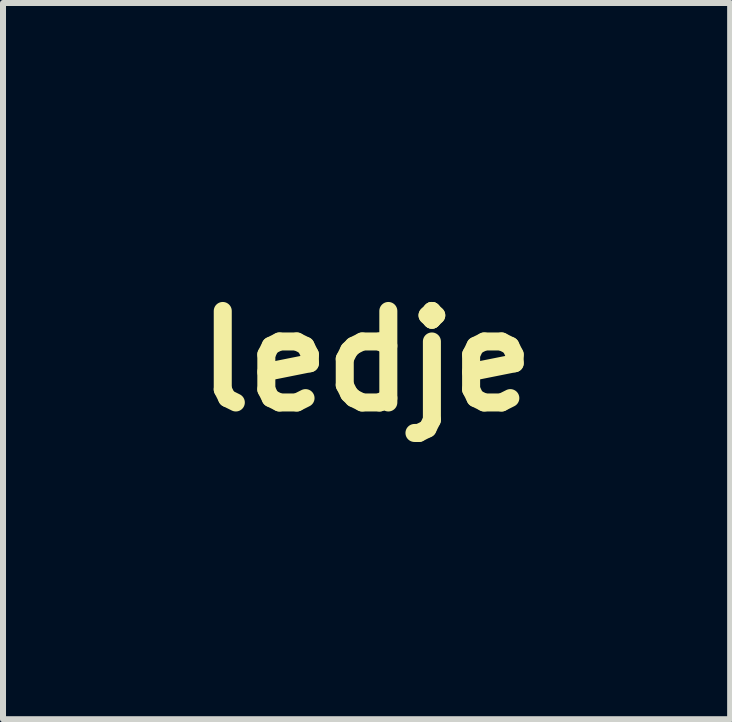
<source format=kicad_pcb>
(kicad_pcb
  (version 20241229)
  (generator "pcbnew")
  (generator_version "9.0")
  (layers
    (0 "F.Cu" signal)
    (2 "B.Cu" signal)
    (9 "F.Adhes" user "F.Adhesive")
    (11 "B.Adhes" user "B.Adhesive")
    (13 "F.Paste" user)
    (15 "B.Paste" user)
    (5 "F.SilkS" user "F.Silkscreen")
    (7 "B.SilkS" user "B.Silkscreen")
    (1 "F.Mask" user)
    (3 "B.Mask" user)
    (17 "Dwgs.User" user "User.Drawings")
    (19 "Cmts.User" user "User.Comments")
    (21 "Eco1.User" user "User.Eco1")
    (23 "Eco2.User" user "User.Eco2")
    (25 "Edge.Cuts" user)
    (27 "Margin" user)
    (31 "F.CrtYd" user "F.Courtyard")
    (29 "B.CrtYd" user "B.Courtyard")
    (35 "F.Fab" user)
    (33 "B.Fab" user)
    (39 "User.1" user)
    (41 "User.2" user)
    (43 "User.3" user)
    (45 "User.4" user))
  (footprint "ledje"
    (layer "F.Cu")
    (at 3.055 2.964)
    (property "Reference" "ledje" (at 0 0 0) (layer "F.SilkS") (effects (font (size 1.524 1.524) (thickness 0.3))))
    (attr through_hole)
    (fp_poly (pts (xy 0.208 0.812) (xy 0.211 0.813) (xy 0.215 0.814) (xy 0.221 0.816) (xy 0.227 0.818) (xy 0.228 0.818) (xy 0.248 0.824) (xy 0.267 0.829) (xy 0.284 0.833) (xy 0.3 0.836) (xy 0.316 0.839) (xy 0.324 0.84) (xy 0.334 0.841) (xy 0.345 0.841) (xy 0.358 0.841) (xy 0.372 0.841) (xy 0.387 0.841) (xy 0.402 0.84) (xy 0.415 0.839) (xy 0.441 0.837) (xy 0.436 0.844) (xy 0.431 0.85) (xy 0.425 0.858) (xy 0.418 0.868) (xy 0.411 0.88) (xy 0.402 0.894) (xy 0.393 0.91) (xy 0.383 0.929) (xy 0.372 0.949) (xy 0.361 0.972) (xy 0.348 0.996) (xy 0.335 1.023) (xy 0.321 1.052) (xy 0.306 1.083) (xy 0.29 1.115) (xy 0.273 1.15) (xy 0.256 1.187) (xy 0.237 1.226) (xy 0.218 1.267) (xy 0.198 1.31) (xy 0.177 1.355) (xy 0.156 1.402) (xy 0.136 1.444) (xy 0.116 1.488) (xy 0.096 1.534) (xy 0.074 1.581) (xy 0.052 1.631) (xy 0.029 1.682) (xy 0.006 1.734) (xy -0.018 1.788) (xy -0.043 1.842) (xy -0.068 1.898) (xy -0.093 1.955) (xy -0.118 2.012) (xy -0.144 2.071) (xy -0.169 2.129) (xy -0.195 2.188) (xy -0.221 2.247) (xy -0.247 2.307) (xy -0.273 2.366) (xy -0.298 2.425) (xy -0.324 2.484) (xy -0.334 2.507) (xy -0.339 2.518) (xy -0.344 2.53) (xy -0.349 2.543) (xy -0.355 2.557) (xy -0.361 2.571) (xy -0.367 2.585) (xy -0.374 2.6) (xy -0.38 2.614) (xy -0.386 2.628) (xy -0.392 2.642) (xy -0.398 2.656) (xy -0.403 2.668) (xy -0.408 2.68) (xy -0.413 2.691) (xy -0.417 2.701) (xy -0.42 2.709) (xy -0.423 2.716) (xy -0.425 2.721) (xy -0.427 2.724) (xy -0.427 2.725) (xy -0.429 2.73) (xy -0.483 2.73) (xy -0.494 2.73) (xy -0.504 2.73) (xy -0.513 2.73) (xy -0.521 2.73) (xy -0.527 2.73) (xy -0.532 2.73) (xy -0.536 2.73) (xy -0.537 2.73) (xy -0.537 2.73) (xy -0.536 2.729) (xy -0.535 2.725) (xy -0.533 2.72) (xy -0.531 2.713) (xy -0.527 2.705) (xy -0.524 2.695) (xy -0.519 2.684) (xy -0.515 2.672) (xy -0.509 2.659) (xy -0.504 2.645) (xy -0.498 2.631) (xy -0.492 2.615) (xy -0.486 2.6) (xy -0.48 2.584) (xy -0.473 2.568) (xy -0.467 2.552) (xy -0.46 2.536) (xy -0.454 2.52) (xy -0.448 2.505) (xy -0.442 2.49) (xy -0.437 2.476) (xy -0.434 2.469) (xy -0.428 2.454) (xy -0.422 2.439) (xy -0.416 2.425) (xy -0.41 2.41) (xy -0.404 2.396) (xy -0.398 2.381) (xy -0.392 2.366) (xy -0.386 2.351) (xy -0.379 2.335) (xy -0.373 2.319) (xy -0.366 2.302) (xy -0.358 2.284) (xy -0.351 2.266) (xy -0.343 2.247) (xy -0.334 2.226) (xy -0.325 2.204) (xy -0.316 2.182) (xy -0.306 2.157) (xy -0.295 2.132) (xy -0.284 2.104) (xy -0.272 2.076) (xy -0.259 2.045) (xy -0.246 2.013) (xy -0.231 1.978) (xy -0.223 1.959) (xy -0.204 1.911) (xy -0.185 1.865) (xy -0.166 1.821) (xy -0.149 1.779) (xy -0.133 1.738) (xy -0.117 1.699) (xy -0.101 1.662) (xy -0.087 1.626) (xy -0.073 1.591) (xy -0.059 1.557) (xy -0.046 1.524) (xy -0.034 1.492) (xy -0.021 1.461) (xy -0.01 1.43) (xy 0.002 1.4) (xy 0.013 1.371) (xy 0.024 1.342) (xy 0.035 1.313) (xy 0.045 1.285) (xy 0.056 1.256) (xy 0.066 1.227) (xy 0.07 1.219) (xy 0.083 1.182) (xy 0.096 1.144) (xy 0.11 1.105) (xy 0.123 1.067) (xy 0.136 1.028) (xy 0.149 0.99) (xy 0.162 0.953) (xy 0.174 0.917) (xy 0.185 0.882) (xy 0.195 0.848) (xy 0.198 0.839) (xy 0.201 0.832) (xy 0.203 0.825) (xy 0.204 0.82) (xy 0.206 0.815) (xy 0.207 0.813) (xy 0.207 0.812) (xy 0.208 0.812)) (stroke (width 0.01) (type solid)) (fill yes) (layer "F.Mask"))
    (fp_poly (pts (xy -0.787 0.313) (xy -0.785 0.315) (xy -0.781 0.318) (xy -0.777 0.322) (xy -0.773 0.326) (xy -0.752 0.349) (xy -0.732 0.369) (xy -0.711 0.388) (xy -0.691 0.405) (xy -0.67 0.422) (xy -0.649 0.438) (xy -0.627 0.453) (xy -0.626 0.454) (xy -0.62 0.458) (xy -0.614 0.462) (xy -0.61 0.465) (xy -0.606 0.467) (xy -0.604 0.468) (xy -0.604 0.469) (xy -0.604 0.469) (xy -0.604 0.47) (xy -0.604 0.471) (xy -0.604 0.472) (xy -0.605 0.475) (xy -0.607 0.478) (xy -0.609 0.482) (xy -0.611 0.488) (xy -0.614 0.494) (xy -0.617 0.502) (xy -0.622 0.511) (xy -0.627 0.522) (xy -0.633 0.534) (xy -0.64 0.548) (xy -0.647 0.564) (xy -0.647 0.565) (xy -0.675 0.622) (xy -0.703 0.68) (xy -0.731 0.739) (xy -0.759 0.799) (xy -0.788 0.859) (xy -0.816 0.92) (xy -0.845 0.982) (xy -0.874 1.043) (xy -0.903 1.105) (xy -0.932 1.168) (xy -0.961 1.23) (xy -0.991 1.293) (xy -1.02 1.356) (xy -1.049 1.419) (xy -1.078 1.481) (xy -1.107 1.544) (xy -1.135 1.606) (xy -1.164 1.668) (xy -1.192 1.73) (xy -1.22 1.792) (xy -1.248 1.852) (xy -1.275 1.913) (xy -1.303 1.972) (xy -1.329 2.031) (xy -1.356 2.09) (xy -1.381 2.147) (xy -1.407 2.204) (xy -1.432 2.259) (xy -1.456 2.314) (xy -1.48 2.367) (xy -1.503 2.42) (xy -1.526 2.471) (xy -1.548 2.52) (xy -1.569 2.569) (xy -1.59 2.616) (xy -1.609 2.661) (xy -1.629 2.705) (xy -1.647 2.747) (xy -1.664 2.788) (xy -1.681 2.826) (xy -1.696 2.863) (xy -1.711 2.898) (xy -1.72 2.921) (xy -1.725 2.932) (xy -1.729 2.941) (xy -1.732 2.949) (xy -1.735 2.954) (xy -1.737 2.958) (xy -1.738 2.96) (xy -1.738 2.96) (xy -1.74 2.96) (xy -1.743 2.96) (xy -1.748 2.959) (xy -1.755 2.958) (xy -1.764 2.958) (xy -1.773 2.957) (xy -1.783 2.956) (xy -1.794 2.955) (xy -1.805 2.954) (xy -1.815 2.952) (xy -1.824 2.952) (xy -1.832 2.951) (xy -1.839 2.95) (xy -1.844 2.949) (xy -1.848 2.949) (xy -1.849 2.949) (xy -1.85 2.948) (xy -1.849 2.947) (xy -1.849 2.945) (xy -1.847 2.941) (xy -1.846 2.936) (xy -1.843 2.93) (xy -1.84 2.922) (xy -1.836 2.913) (xy -1.832 2.901) (xy -1.826 2.888) (xy -1.826 2.887) (xy -1.815 2.861) (xy -1.804 2.834) (xy -1.792 2.806) (xy -1.78 2.777) (xy -1.767 2.747) (xy -1.754 2.715) (xy -1.74 2.682) (xy -1.725 2.647) (xy -1.71 2.611) (xy -1.694 2.573) (xy -1.678 2.534) (xy -1.66 2.493) (xy -1.642 2.45) (xy -1.623 2.405) (xy -1.603 2.358) (xy -1.583 2.31) (xy -1.581 2.305) (xy -1.563 2.263) (xy -1.546 2.224) (xy -1.531 2.186) (xy -1.516 2.151) (xy -1.501 2.117) (xy -1.488 2.085) (xy -1.475 2.054) (xy -1.462 2.025) (xy -1.451 1.998) (xy -1.439 1.971) (xy -1.429 1.946) (xy -1.419 1.922) (xy -1.409 1.899) (xy -1.4 1.878) (xy -1.391 1.857) (xy -1.383 1.837) (xy -1.374 1.817) (xy -1.366 1.798) (xy -1.359 1.78) (xy -1.351 1.763) (xy -1.344 1.745) (xy -1.337 1.729) (xy -1.33 1.712) (xy -1.323 1.695) (xy -1.316 1.679) (xy -1.309 1.663) (xy -1.302 1.646) (xy -1.296 1.63) (xy -1.267 1.562) (xy -1.239 1.495) (xy -1.212 1.43) (xy -1.187 1.367) (xy -1.161 1.307) (xy -1.137 1.248) (xy -1.114 1.19) (xy -1.091 1.135) (xy -1.07 1.081) (xy -1.049 1.029) (xy -1.029 0.978) (xy -1.009 0.929) (xy -0.991 0.881) (xy -0.973 0.835) (xy -0.956 0.79) (xy -0.939 0.747) (xy -0.923 0.705) (xy -0.908 0.664) (xy -0.894 0.625) (xy -0.88 0.587) (xy -0.866 0.549) (xy -0.855 0.518) (xy -0.851 0.506) (xy -0.846 0.492) (xy -0.841 0.477) (xy -0.836 0.461) (xy -0.83 0.445) (xy -0.825 0.429) (xy -0.82 0.413) (xy -0.814 0.397) (xy -0.81 0.382) (xy -0.805 0.369) (xy -0.801 0.357) (xy -0.798 0.347) (xy -0.796 0.339) (xy -0.793 0.331) (xy -0.791 0.325) (xy -0.79 0.319) (xy -0.788 0.315) (xy -0.788 0.313) (xy -0.788 0.313) (xy -0.787 0.313)) (stroke (width 0.01) (type solid)) (fill yes) (layer "F.Mask"))
    (fp_poly (pts (xy 0.981 -2.957) (xy 0.999 -2.956) (xy 1.031 -2.953) (xy 1.064 -2.948) (xy 1.096 -2.943) (xy 1.128 -2.935) (xy 1.161 -2.927) (xy 1.195 -2.916) (xy 1.215 -2.91) (xy 1.236 -2.903) (xy 1.254 -2.896) (xy 1.272 -2.889) (xy 1.289 -2.882) (xy 1.306 -2.874) (xy 1.322 -2.866) (xy 1.333 -2.861) (xy 1.373 -2.84) (xy 1.413 -2.817) (xy 1.45 -2.792) (xy 1.487 -2.767) (xy 1.522 -2.739) (xy 1.556 -2.711) (xy 1.589 -2.681) (xy 1.619 -2.65) (xy 1.648 -2.618) (xy 1.676 -2.585) (xy 1.701 -2.551) (xy 1.725 -2.516) (xy 1.747 -2.48) (xy 1.766 -2.444) (xy 1.784 -2.407) (xy 1.787 -2.399) (xy 1.798 -2.373) (xy 1.807 -2.347) (xy 1.815 -2.321) (xy 1.822 -2.295) (xy 1.829 -2.267) (xy 1.834 -2.238) (xy 1.835 -2.23) (xy 1.841 -2.191) (xy 1.845 -2.154) (xy 1.848 -2.118) (xy 1.85 -2.083) (xy 1.851 -2.049) (xy 1.851 -2.015) (xy 1.849 -1.981) (xy 1.846 -1.946) (xy 1.842 -1.911) (xy 1.837 -1.875) (xy 1.83 -1.838) (xy 1.83 -1.835) (xy 1.823 -1.801) (xy 1.815 -1.766) (xy 1.806 -1.728) (xy 1.795 -1.689) (xy 1.783 -1.648) (xy 1.77 -1.605) (xy 1.756 -1.56) (xy 1.741 -1.513) (xy 1.724 -1.465) (xy 1.706 -1.415) (xy 1.704 -1.408) (xy 1.696 -1.387) (xy 1.688 -1.366) (xy 1.68 -1.344) (xy 1.672 -1.323) (xy 1.664 -1.302) (xy 1.656 -1.28) (xy 1.647 -1.258) (xy 1.639 -1.235) (xy 1.629 -1.212) (xy 1.62 -1.188) (xy 1.61 -1.163) (xy 1.599 -1.137) (xy 1.589 -1.11) (xy 1.577 -1.082) (xy 1.565 -1.052) (xy 1.552 -1.021) (xy 1.538 -0.988) (xy 1.524 -0.953) (xy 1.509 -0.917) (xy 1.496 -0.886) (xy 1.478 -0.843) (xy 1.461 -0.802) (xy 1.445 -0.763) (xy 1.43 -0.726) (xy 1.415 -0.691) (xy 1.401 -0.658) (xy 1.388 -0.626) (xy 1.376 -0.595) (xy 1.364 -0.566) (xy 1.352 -0.539) (xy 1.341 -0.512) (xy 1.331 -0.487) (xy 1.321 -0.463) (xy 1.312 -0.44) (xy 1.303 -0.417) (xy 1.294 -0.396) (xy 1.286 -0.375) (xy 1.278 -0.355) (xy 1.27 -0.336) (xy 1.263 -0.317) (xy 1.258 -0.305) (xy 1.244 -0.269) (xy 1.23 -0.234) (xy 1.218 -0.202) (xy 1.206 -0.171) (xy 1.195 -0.142) (xy 1.186 -0.115) (xy 1.177 -0.09) (xy 1.169 -0.066) (xy 1.161 -0.044) (xy 1.155 -0.024) (xy 1.149 -0.005) (xy 1.144 0.013) (xy 1.14 0.029) (xy 1.137 0.044) (xy 1.134 0.057) (xy 1.132 0.069) (xy 1.131 0.081) (xy 1.13 0.09) (xy 1.13 0.099) (xy 1.131 0.107) (xy 1.131 0.108) (xy 1.133 0.115) (xy 1.134 0.12) (xy 1.136 0.124) (xy 1.139 0.128) (xy 1.142 0.133) (xy 1.147 0.138) (xy 1.151 0.142) (xy 1.157 0.148) (xy 1.162 0.153) (xy 1.165 0.158) (xy 1.168 0.163) (xy 1.17 0.168) (xy 1.172 0.174) (xy 1.172 0.175) (xy 1.174 0.182) (xy 1.174 0.19) (xy 1.175 0.199) (xy 1.174 0.209) (xy 1.174 0.218) (xy 1.173 0.222) (xy 1.171 0.236) (xy 1.168 0.251) (xy 1.163 0.267) (xy 1.158 0.285) (xy 1.151 0.304) (xy 1.144 0.325) (xy 1.135 0.347) (xy 1.125 0.371) (xy 1.114 0.396) (xy 1.102 0.423) (xy 1.088 0.452) (xy 1.081 0.467) (xy 1.074 0.482) (xy 1.068 0.496) (xy 1.062 0.507) (xy 1.057 0.517) (xy 1.053 0.525) (xy 1.049 0.532) (xy 1.046 0.538) (xy 1.043 0.544) (xy 1.041 0.548) (xy 1.038 0.552) (xy 1.036 0.555) (xy 1.034 0.558) (xy 1.032 0.561) (xy 1.031 0.562) (xy 1.025 0.57) (xy 1.017 0.578) (xy 1.008 0.587) (xy 1 0.596) (xy 0.991 0.604) (xy 0.983 0.611) (xy 0.979 0.614) (xy 0.964 0.626) (xy 0.948 0.637) (xy 0.931 0.647) (xy 0.913 0.657) (xy 0.902 0.662) (xy 0.878 0.673) (xy 0.853 0.683) (xy 0.827 0.692) (xy 0.799 0.699) (xy 0.77 0.706) (xy 0.74 0.712) (xy 0.708 0.717) (xy 0.673 0.721) (xy 0.651 0.723) (xy 0.645 0.724) (xy 0.637 0.724) (xy 0.627 0.724) (xy 0.616 0.725) (xy 0.604 0.725) (xy 0.591 0.725) (xy 0.578 0.725) (xy 0.564 0.725) (xy 0.551 0.725) (xy 0.538 0.726) (xy 0.526 0.725) (xy 0.515 0.725) (xy 0.505 0.725) (xy 0.497 0.725) (xy 0.494 0.725) (xy 0.438 0.721) (xy 0.381 0.715) (xy 0.324 0.707) (xy 0.266 0.697) (xy 0.208 0.685) (xy 0.149 0.671) (xy 0.091 0.656) (xy 0.032 0.639) (xy -0.026 0.62) (xy -0.085 0.6) (xy -0.142 0.578) (xy -0.199 0.554) (xy -0.255 0.529) (xy -0.311 0.503) (xy -0.365 0.475) (xy -0.418 0.445) (xy -0.42 0.444) (xy -0.422 0.443) (xy 0.263 0.443) (xy 0.264 0.444) (xy 0.267 0.445) (xy 0.272 0.446) (xy 0.278 0.448) (xy 0.285 0.45) (xy 0.293 0.452) (xy 0.301 0.454) (xy 0.309 0.456) (xy 0.317 0.458) (xy 0.325 0.46) (xy 0.33 0.462) (xy 0.357 0.468) (xy 0.382 0.473) (xy 0.406 0.478) (xy 0.428 0.481) (xy 0.441 0.483) (xy 0.447 0.483) (xy 0.454 0.484) (xy 0.463 0.484) (xy 0.472 0.484) (xy 0.481 0.484) (xy 0.49 0.484) (xy 0.499 0.484) (xy 0.506 0.483) (xy 0.512 0.483) (xy 0.516 0.482) (xy 0.523 0.481) (xy 0.541 0.445) (xy 0.559 0.409) (xy 0.575 0.372) (xy 0.588 0.342) (xy 0.644 0.342) (xy 0.65 0.354) (xy 0.66 0.372) (xy 0.673 0.39) (xy 0.686 0.406) (xy 0.702 0.42) (xy 0.718 0.432) (xy 0.736 0.443) (xy 0.755 0.453) (xy 0.776 0.46) (xy 0.791 0.464) (xy 0.796 0.465) (xy 0.801 0.466) (xy 0.805 0.467) (xy 0.807 0.467) (xy 0.812 0.467) (xy 0.818 0.467) (xy 0.824 0.467) (xy 0.831 0.467) (xy 0.837 0.467) (xy 0.843 0.467) (xy 0.847 0.466) (xy 0.848 0.466) (xy 0.853 0.465) (xy 0.871 0.414) (xy 0.892 0.355) (xy 0.913 0.298) (xy 0.932 0.243) (xy 0.951 0.189) (xy 0.97 0.138) (xy 0.988 0.089) (xy 1.005 0.041) (xy 1.022 -0.005) (xy 1.038 -0.049) (xy 1.054 -0.092) (xy 1.069 -0.133) (xy 1.084 -0.172) (xy 1.098 -0.21) (xy 1.112 -0.247) (xy 1.125 -0.282) (xy 1.138 -0.316) (xy 1.151 -0.349) (xy 1.163 -0.381) (xy 1.176 -0.411) (xy 1.187 -0.441) (xy 1.196 -0.461) (xy 1.2 -0.472) (xy 1.205 -0.485) (xy 1.211 -0.499) (xy 1.217 -0.514) (xy 1.224 -0.53) (xy 1.23 -0.546) (xy 1.237 -0.563) (xy 1.244 -0.58) (xy 1.251 -0.597) (xy 1.258 -0.613) (xy 1.264 -0.628) (xy 1.266 -0.633) (xy 1.269 -0.64) (xy 1.271 -0.644) (xy 1.272 -0.648) (xy 1.273 -0.65) (xy 1.273 -0.651) (xy 1.272 -0.651) (xy 1.272 -0.651) (xy 1.27 -0.652) (xy 1.267 -0.653) (xy 1.262 -0.654) (xy 1.256 -0.656) (xy 1.249 -0.658) (xy 1.249 -0.658) (xy 1.238 -0.661) (xy 1.228 -0.664) (xy 1.217 -0.668) (xy 1.206 -0.672) (xy 1.195 -0.676) (xy 1.182 -0.68) (xy 1.169 -0.686) (xy 1.154 -0.692) (xy 1.138 -0.698) (xy 1.12 -0.706) (xy 1.102 -0.713) (xy 1.092 -0.718) (xy 1.082 -0.722) (xy 1.072 -0.726) (xy 1.063 -0.73) (xy 1.054 -0.733) (xy 1.047 -0.736) (xy 1.042 -0.738) (xy 1.04 -0.739) (xy 1.035 -0.741) (xy 1.028 -0.744) (xy 1.021 -0.746) (xy 1.014 -0.749) (xy 1.007 -0.751) (xy 1.001 -0.753) (xy 0.995 -0.755) (xy 0.99 -0.757) (xy 0.986 -0.758) (xy 0.985 -0.758) (xy 0.985 -0.758) (xy 0.984 -0.757) (xy 0.983 -0.754) (xy 0.981 -0.749) (xy 0.978 -0.743) (xy 0.975 -0.734) (xy 0.971 -0.724) (xy 0.966 -0.713) (xy 0.961 -0.7) (xy 0.956 -0.686) (xy 0.95 -0.671) (xy 0.944 -0.656) (xy 0.937 -0.639) (xy 0.93 -0.621) (xy 0.923 -0.603) (xy 0.915 -0.584) (xy 0.908 -0.565) (xy 0.9 -0.546) (xy 0.892 -0.526) (xy 0.884 -0.507) (xy 0.877 -0.487) (xy 0.869 -0.468) (xy 0.861 -0.448) (xy 0.854 -0.43) (xy 0.847 -0.411) (xy 0.84 -0.394) (xy 0.833 -0.377) (xy 0.827 -0.36) (xy 0.821 -0.345) (xy 0.815 -0.331) (xy 0.81 -0.318) (xy 0.805 -0.306) (xy 0.801 -0.296) (xy 0.798 -0.287) (xy 0.795 -0.28) (xy 0.793 -0.274) (xy 0.791 -0.271) (xy 0.791 -0.269) (xy 0.791 -0.269) (xy 0.792 -0.269) (xy 0.795 -0.268) (xy 0.799 -0.266) (xy 0.805 -0.264) (xy 0.813 -0.262) (xy 0.82 -0.26) (xy 0.822 -0.259) (xy 0.832 -0.256) (xy 0.842 -0.253) (xy 0.852 -0.25) (xy 0.861 -0.247) (xy 0.87 -0.245) (xy 0.879 -0.242) (xy 0.886 -0.24) (xy 0.892 -0.238) (xy 0.897 -0.236) (xy 0.899 -0.235) (xy 0.9 -0.235) (xy 0.9 -0.235) (xy 0.9 -0.234) (xy 0.899 -0.232) (xy 0.898 -0.229) (xy 0.897 -0.226) (xy 0.894 -0.221) (xy 0.891 -0.214) (xy 0.888 -0.206) (xy 0.884 -0.199) (xy 0.879 -0.187) (xy 0.874 -0.175) (xy 0.868 -0.163) (xy 0.863 -0.15) (xy 0.856 -0.136) (xy 0.85 -0.122) (xy 0.843 -0.106) (xy 0.836 -0.089) (xy 0.828 -0.071) (xy 0.819 -0.052) (xy 0.81 -0.031) (xy 0.801 -0.008) (xy 0.79 0.016) (xy 0.779 0.042) (xy 0.772 0.058) (xy 0.759 0.088) (xy 0.747 0.116) (xy 0.735 0.142) (xy 0.724 0.167) (xy 0.714 0.191) (xy 0.704 0.213) (xy 0.694 0.234) (xy 0.685 0.255) (xy 0.676 0.275) (xy 0.667 0.294) (xy 0.658 0.314) (xy 0.654 0.321) (xy 0.644 0.342) (xy 0.588 0.342) (xy 0.59 0.337) (xy 0.603 0.302) (xy 0.615 0.268) (xy 0.625 0.235) (xy 0.634 0.203) (xy 0.641 0.173) (xy 0.646 0.143) (xy 0.649 0.12) (xy 0.651 0.109) (xy 0.653 0.098) (xy 0.655 0.086) (xy 0.657 0.075) (xy 0.66 0.063) (xy 0.663 0.05) (xy 0.667 0.037) (xy 0.672 0.023) (xy 0.677 0.008) (xy 0.683 -0.009) (xy 0.689 -0.026) (xy 0.697 -0.045) (xy 0.705 -0.065) (xy 0.714 -0.087) (xy 0.724 -0.111) (xy 0.73 -0.127) (xy 0.737 -0.143) (xy 0.743 -0.158) (xy 0.749 -0.172) (xy 0.755 -0.186) (xy 0.76 -0.199) (xy 0.765 -0.21) (xy 0.769 -0.221) (xy 0.772 -0.23) (xy 0.775 -0.237) (xy 0.777 -0.243) (xy 0.779 -0.247) (xy 0.779 -0.249) (xy 0.779 -0.25) (xy 0.778 -0.25) (xy 0.775 -0.251) (xy 0.77 -0.252) (xy 0.764 -0.254) (xy 0.758 -0.256) (xy 0.755 -0.257) (xy 0.748 -0.259) (xy 0.742 -0.261) (xy 0.737 -0.262) (xy 0.733 -0.264) (xy 0.731 -0.264) (xy 0.731 -0.264) (xy 0.731 -0.266) (xy 0.732 -0.268) (xy 0.734 -0.273) (xy 0.736 -0.278) (xy 0.738 -0.283) (xy 0.739 -0.287) (xy 0.742 -0.294) (xy 0.745 -0.302) (xy 0.749 -0.311) (xy 0.754 -0.322) (xy 0.759 -0.334) (xy 0.764 -0.348) (xy 0.77 -0.363) (xy 0.777 -0.379) (xy 0.784 -0.395) (xy 0.791 -0.413) (xy 0.798 -0.431) (xy 0.806 -0.45) (xy 0.814 -0.469) (xy 0.822 -0.488) (xy 0.83 -0.508) (xy 0.838 -0.528) (xy 0.846 -0.548) (xy 0.855 -0.568) (xy 0.863 -0.588) (xy 0.871 -0.607) (xy 0.878 -0.626) (xy 0.886 -0.645) (xy 0.893 -0.662) (xy 0.9 -0.68) (xy 0.907 -0.696) (xy 0.913 -0.711) (xy 0.919 -0.725) (xy 0.925 -0.738) (xy 0.929 -0.75) (xy 0.934 -0.761) (xy 0.937 -0.769) (xy 0.94 -0.777) (xy 0.943 -0.782) (xy 0.944 -0.786) (xy 0.945 -0.788) (xy 0.945 -0.788) (xy 0.946 -0.787) (xy 0.949 -0.787) (xy 0.953 -0.785) (xy 0.958 -0.783) (xy 0.961 -0.782) (xy 0.967 -0.78) (xy 0.973 -0.779) (xy 0.977 -0.778) (xy 0.98 -0.777) (xy 0.98 -0.777) (xy 0.981 -0.777) (xy 0.982 -0.778) (xy 0.983 -0.78) (xy 0.985 -0.783) (xy 0.987 -0.787) (xy 0.989 -0.793) (xy 0.992 -0.801) (xy 0.994 -0.806) (xy 1.004 -0.829) (xy 1.013 -0.853) (xy 1.023 -0.877) (xy 1.033 -0.901) (xy 1.043 -0.926) (xy 1.054 -0.952) (xy 1.065 -0.978) (xy 1.076 -1.005) (xy 1.088 -1.034) (xy 1.1 -1.063) (xy 1.113 -1.093) (xy 1.126 -1.125) (xy 1.14 -1.159) (xy 1.155 -1.193) (xy 1.17 -1.23) (xy 1.187 -1.268) (xy 1.204 -1.308) (xy 1.221 -1.35) (xy 1.225 -1.359) (xy 1.24 -1.393) (xy 1.254 -1.426) (xy 1.267 -1.456) (xy 1.279 -1.485) (xy 1.29 -1.512) (xy 1.301 -1.537) (xy 1.311 -1.561) (xy 1.32 -1.583) (xy 1.329 -1.605) (xy 1.338 -1.625) (xy 1.346 -1.643) (xy 1.353 -1.661) (xy 1.36 -1.678) (xy 1.367 -1.694) (xy 1.373 -1.71) (xy 1.379 -1.725) (xy 1.385 -1.739) (xy 1.39 -1.753) (xy 1.396 -1.767) (xy 1.401 -1.78) (xy 1.406 -1.793) (xy 1.412 -1.806) (xy 1.415 -1.815) (xy 1.421 -1.83) (xy 1.426 -1.844) (xy 1.43 -1.856) (xy 1.433 -1.867) (xy 1.437 -1.878) (xy 1.439 -1.888) (xy 1.442 -1.899) (xy 1.444 -1.911) (xy 1.445 -1.913) (xy 1.449 -1.935) (xy 1.452 -1.957) (xy 1.453 -1.979) (xy 1.454 -2.001) (xy 1.454 -2.021) (xy 1.452 -2.051) (xy 1.45 -2.078) (xy 1.446 -2.106) (xy 1.44 -2.133) (xy 1.433 -2.161) (xy 1.424 -2.189) (xy 1.424 -2.191) (xy 1.413 -2.222) (xy 1.4 -2.251) (xy 1.386 -2.279) (xy 1.371 -2.307) (xy 1.355 -2.333) (xy 1.338 -2.358) (xy 1.319 -2.381) (xy 1.3 -2.403) (xy 1.28 -2.423) (xy 1.26 -2.442) (xy 1.238 -2.458) (xy 1.217 -2.472) (xy 1.215 -2.474) (xy 1.2 -2.482) (xy 1.184 -2.49) (xy 1.168 -2.497) (xy 1.153 -2.502) (xy 1.138 -2.507) (xy 1.13 -2.509) (xy 1.114 -2.512) (xy 1.099 -2.513) (xy 1.086 -2.513) (xy 1.073 -2.511) (xy 1.062 -2.508) (xy 1.052 -2.503) (xy 1.043 -2.496) (xy 1.036 -2.488) (xy 1.034 -2.485) (xy 1.03 -2.476) (xy 1.028 -2.466) (xy 1.027 -2.456) (xy 1.029 -2.446) (xy 1.032 -2.436) (xy 1.038 -2.426) (xy 1.044 -2.416) (xy 1.053 -2.408) (xy 1.058 -2.404) (xy 1.061 -2.401) (xy 1.065 -2.399) (xy 1.069 -2.396) (xy 1.074 -2.393) (xy 1.08 -2.389) (xy 1.087 -2.385) (xy 1.096 -2.38) (xy 1.105 -2.375) (xy 1.117 -2.368) (xy 1.128 -2.362) (xy 1.137 -2.357) (xy 1.145 -2.351) (xy 1.152 -2.346) (xy 1.158 -2.341) (xy 1.163 -2.337) (xy 1.174 -2.326) (xy 1.184 -2.313) (xy 1.195 -2.299) (xy 1.206 -2.283) (xy 1.217 -2.265) (xy 1.228 -2.244) (xy 1.239 -2.222) (xy 1.244 -2.211) (xy 1.252 -2.194) (xy 1.259 -2.178) (xy 1.265 -2.163) (xy 1.27 -2.149) (xy 1.274 -2.137) (xy 1.278 -2.124) (xy 1.28 -2.112) (xy 1.282 -2.1) (xy 1.284 -2.087) (xy 1.285 -2.074) (xy 1.285 -2.063) (xy 1.285 -2.046) (xy 1.284 -2.03) (xy 1.283 -2.013) (xy 1.281 -1.994) (xy 1.278 -1.976) (xy 1.274 -1.956) (xy 1.27 -1.935) (xy 1.265 -1.913) (xy 1.258 -1.89) (xy 1.251 -1.866) (xy 1.243 -1.841) (xy 1.234 -1.814) (xy 1.224 -1.785) (xy 1.214 -1.756) (xy 1.202 -1.724) (xy 1.189 -1.691) (xy 1.175 -1.656) (xy 1.16 -1.619) (xy 1.151 -1.597) (xy 1.145 -1.583) (xy 1.139 -1.569) (xy 1.132 -1.554) (xy 1.126 -1.539) (xy 1.12 -1.524) (xy 1.113 -1.508) (xy 1.106 -1.492) (xy 1.098 -1.475) (xy 1.091 -1.457) (xy 1.082 -1.439) (xy 1.074 -1.42) (xy 1.065 -1.399) (xy 1.056 -1.378) (xy 1.046 -1.356) (xy 1.035 -1.332) (xy 1.024 -1.308) (xy 1.012 -1.282) (xy 1 -1.254) (xy 0.987 -1.225) (xy 0.973 -1.195) (xy 0.959 -1.163) (xy 0.944 -1.129) (xy 0.928 -1.094) (xy 0.911 -1.056) (xy 0.893 -1.017) (xy 0.877 -0.982) (xy 0.869 -0.965) (xy 0.862 -0.948) (xy 0.855 -0.932) (xy 0.848 -0.917) (xy 0.841 -0.903) (xy 0.835 -0.89) (xy 0.83 -0.877) (xy 0.825 -0.867) (xy 0.821 -0.857) (xy 0.817 -0.849) (xy 0.814 -0.843) (xy 0.812 -0.838) (xy 0.811 -0.836) (xy 0.811 -0.835) (xy 0.812 -0.834) (xy 0.814 -0.833) (xy 0.818 -0.831) (xy 0.819 -0.831) (xy 0.827 -0.828) (xy 0.833 -0.825) (xy 0.837 -0.823) (xy 0.839 -0.822) (xy 0.84 -0.82) (xy 0.84 -0.82) (xy 0.84 -0.819) (xy 0.838 -0.816) (xy 0.836 -0.811) (xy 0.833 -0.804) (xy 0.83 -0.795) (xy 0.826 -0.785) (xy 0.821 -0.774) (xy 0.815 -0.761) (xy 0.81 -0.747) (xy 0.803 -0.732) (xy 0.797 -0.716) (xy 0.789 -0.699) (xy 0.782 -0.681) (xy 0.774 -0.663) (xy 0.766 -0.644) (xy 0.758 -0.624) (xy 0.75 -0.604) (xy 0.741 -0.584) (xy 0.733 -0.564) (xy 0.724 -0.543) (xy 0.716 -0.523) (xy 0.707 -0.503) (xy 0.699 -0.483) (xy 0.691 -0.464) (xy 0.683 -0.445) (xy 0.675 -0.427) (xy 0.668 -0.409) (xy 0.661 -0.392) (xy 0.654 -0.376) (xy 0.648 -0.361) (xy 0.642 -0.348) (xy 0.637 -0.335) (xy 0.632 -0.324) (xy 0.628 -0.315) (xy 0.625 -0.307) (xy 0.622 -0.3) (xy 0.62 -0.296) (xy 0.619 -0.293) (xy 0.619 -0.292) (xy 0.618 -0.293) (xy 0.615 -0.293) (xy 0.61 -0.295) (xy 0.605 -0.297) (xy 0.598 -0.299) (xy 0.598 -0.299) (xy 0.591 -0.301) (xy 0.586 -0.303) (xy 0.581 -0.304) (xy 0.578 -0.305) (xy 0.576 -0.306) (xy 0.576 -0.306) (xy 0.576 -0.305) (xy 0.574 -0.302) (xy 0.572 -0.298) (xy 0.57 -0.292) (xy 0.567 -0.285) (xy 0.563 -0.277) (xy 0.562 -0.274) (xy 0.557 -0.263) (xy 0.553 -0.253) (xy 0.549 -0.243) (xy 0.544 -0.232) (xy 0.54 -0.222) (xy 0.536 -0.211) (xy 0.531 -0.2) (xy 0.526 -0.188) (xy 0.521 -0.175) (xy 0.516 -0.161) (xy 0.51 -0.146) (xy 0.503 -0.129) (xy 0.496 -0.111) (xy 0.488 -0.091) (xy 0.48 -0.07) (xy 0.476 -0.059) (xy 0.462 -0.024) (xy 0.448 0.01) (xy 0.435 0.042) (xy 0.423 0.073) (xy 0.412 0.102) (xy 0.4 0.13) (xy 0.389 0.156) (xy 0.379 0.182) (xy 0.368 0.207) (xy 0.358 0.231) (xy 0.347 0.255) (xy 0.337 0.279) (xy 0.327 0.302) (xy 0.316 0.326) (xy 0.305 0.35) (xy 0.294 0.374) (xy 0.283 0.399) (xy 0.279 0.406) (xy 0.276 0.415) (xy 0.272 0.423) (xy 0.269 0.429) (xy 0.266 0.435) (xy 0.264 0.44) (xy 0.263 0.442) (xy 0.263 0.443) (xy -0.422 0.443) (xy -0.465 0.417) (xy -0.509 0.39) (xy -0.551 0.362) (xy -0.591 0.333) (xy -0.63 0.303) (xy -0.666 0.273) (xy -0.701 0.242) (xy -0.734 0.211) (xy -0.764 0.179) (xy -0.793 0.147) (xy -0.82 0.115) (xy -0.831 0.101) (xy -0.854 0.068) (xy -0.875 0.036) (xy -0.893 0.003) (xy -0.91 -0.029) (xy -0.924 -0.062) (xy -0.936 -0.094) (xy -0.946 -0.127) (xy -0.948 -0.137) (xy -0.95 -0.145) (xy -0.952 -0.151) (xy -0.953 -0.157) (xy -0.954 -0.161) (xy -0.954 -0.165) (xy -0.954 -0.169) (xy -0.953 -0.173) (xy -0.951 -0.178) (xy -0.949 -0.184) (xy -0.946 -0.191) (xy -0.943 -0.2) (xy -0.942 -0.202) (xy -0.928 -0.239) (xy -0.914 -0.274) (xy -0.901 -0.306) (xy -0.889 -0.337) (xy -0.886 -0.345) (xy -0.643 -0.345) (xy -0.625 -0.327) (xy -0.608 -0.31) (xy -0.591 -0.296) (xy -0.575 -0.283) (xy -0.56 -0.272) (xy -0.544 -0.263) (xy -0.528 -0.254) (xy -0.528 -0.254) (xy -0.511 -0.247) (xy -0.494 -0.241) (xy -0.477 -0.237) (xy -0.46 -0.234) (xy -0.443 -0.233) (xy -0.431 -0.234) (xy -0.424 -0.235) (xy -0.42 -0.241) (xy -0.412 -0.255) (xy -0.404 -0.269) (xy -0.397 -0.283) (xy -0.389 -0.298) (xy -0.382 -0.313) (xy -0.374 -0.329) (xy -0.367 -0.345) (xy -0.359 -0.363) (xy -0.35 -0.382) (xy -0.342 -0.403) (xy -0.332 -0.425) (xy -0.322 -0.449) (xy -0.319 -0.457) (xy -0.311 -0.477) (xy -0.304 -0.496) (xy -0.297 -0.512) (xy -0.29 -0.527) (xy -0.284 -0.54) (xy -0.279 -0.552) (xy -0.274 -0.562) (xy -0.269 -0.572) (xy -0.264 -0.58) (xy -0.26 -0.588) (xy -0.255 -0.595) (xy -0.251 -0.602) (xy -0.247 -0.606) (xy -0.243 -0.612) (xy -0.237 -0.618) (xy -0.231 -0.624) (xy -0.225 -0.63) (xy -0.219 -0.634) (xy -0.216 -0.636) (xy -0.205 -0.642) (xy -0.193 -0.645) (xy -0.18 -0.646) (xy -0.167 -0.645) (xy -0.154 -0.642) (xy -0.149 -0.641) (xy -0.141 -0.638) (xy -0.133 -0.634) (xy -0.124 -0.63) (xy -0.115 -0.625) (xy -0.112 -0.623) (xy -0.107 -0.621) (xy -0.1 -0.618) (xy -0.091 -0.616) (xy -0.081 -0.613) (xy -0.069 -0.611) (xy -0.066 -0.61) (xy -0.056 -0.609) (xy -0.046 -0.608) (xy -0.036 -0.608) (xy -0.027 -0.608) (xy -0.019 -0.609) (xy -0.014 -0.61) (xy -0.002 -0.614) (xy 0.007 -0.619) (xy 0.015 -0.626) (xy 0.022 -0.635) (xy 0.027 -0.645) (xy 0.029 -0.652) (xy 0.03 -0.658) (xy 0.031 -0.666) (xy 0.032 -0.674) (xy 0.032 -0.682) (xy 0.032 -0.688) (xy 0.032 -0.69) (xy 0.032 -0.692) (xy 0.031 -0.696) (xy 0.029 -0.702) (xy 0.027 -0.711) (xy 0.023 -0.721) (xy 0.02 -0.734) (xy 0.015 -0.749) (xy 0.01 -0.766) (xy 0.005 -0.785) (xy -0.002 -0.806) (xy -0.009 -0.83) (xy -0.016 -0.855) (xy -0.024 -0.883) (xy -0.033 -0.913) (xy -0.043 -0.944) (xy -0.05 -0.968) (xy -0.057 -0.992) (xy -0.064 -1.015) (xy -0.071 -1.038) (xy -0.078 -1.06) (xy -0.084 -1.082) (xy -0.09 -1.102) (xy -0.096 -1.121) (xy -0.102 -1.14) (xy -0.107 -1.157) (xy -0.111 -1.172) (xy -0.116 -1.187) (xy -0.119 -1.2) (xy -0.123 -1.211) (xy -0.126 -1.22) (xy -0.128 -1.228) (xy -0.128 -1.229) (xy 0.091 -1.229) (xy 0.091 -1.228) (xy 0.092 -1.225) (xy 0.094 -1.219) (xy 0.096 -1.212) (xy 0.098 -1.204) (xy 0.101 -1.193) (xy 0.105 -1.181) (xy 0.109 -1.167) (xy 0.113 -1.152) (xy 0.118 -1.135) (xy 0.123 -1.118) (xy 0.128 -1.099) (xy 0.134 -1.079) (xy 0.14 -1.058) (xy 0.146 -1.037) (xy 0.153 -1.014) (xy 0.159 -0.991) (xy 0.166 -0.967) (xy 0.173 -0.943) (xy 0.18 -0.919) (xy 0.187 -0.894) (xy 0.195 -0.869) (xy 0.202 -0.844) (xy 0.209 -0.819) (xy 0.216 -0.794) (xy 0.223 -0.769) (xy 0.231 -0.744) (xy 0.238 -0.72) (xy 0.244 -0.696) (xy 0.251 -0.673) (xy 0.258 -0.65) (xy 0.264 -0.629) (xy 0.27 -0.608) (xy 0.276 -0.588) (xy 0.281 -0.569) (xy 0.286 -0.551) (xy 0.291 -0.534) (xy 0.296 -0.519) (xy 0.3 -0.505) (xy 0.303 -0.493) (xy 0.307 -0.482) (xy 0.309 -0.473) (xy 0.311 -0.465) (xy 0.313 -0.46) (xy 0.314 -0.456) (xy 0.314 -0.455) (xy 0.314 -0.455) (xy 0.315 -0.454) (xy 0.315 -0.454) (xy 0.316 -0.453) (xy 0.318 -0.452) (xy 0.321 -0.45) (xy 0.325 -0.448) (xy 0.33 -0.445) (xy 0.336 -0.441) (xy 0.345 -0.437) (xy 0.349 -0.434) (xy 0.372 -0.422) (xy 0.395 -0.41) (xy 0.419 -0.398) (xy 0.442 -0.386) (xy 0.466 -0.376) (xy 0.488 -0.366) (xy 0.509 -0.357) (xy 0.524 -0.351) (xy 0.532 -0.348) (xy 0.54 -0.345) (xy 0.548 -0.342) (xy 0.555 -0.34) (xy 0.562 -0.337) (xy 0.567 -0.336) (xy 0.571 -0.335) (xy 0.572 -0.334) (xy 0.572 -0.334) (xy 0.573 -0.334) (xy 0.574 -0.336) (xy 0.576 -0.338) (xy 0.578 -0.341) (xy 0.58 -0.346) (xy 0.583 -0.353) (xy 0.585 -0.356) (xy 0.592 -0.372) (xy 0.599 -0.389) (xy 0.608 -0.408) (xy 0.617 -0.428) (xy 0.627 -0.45) (xy 0.638 -0.474) (xy 0.649 -0.498) (xy 0.661 -0.524) (xy 0.673 -0.55) (xy 0.685 -0.578) (xy 0.698 -0.606) (xy 0.705 -0.621) (xy 0.716 -0.645) (xy 0.726 -0.666) (xy 0.735 -0.685) (xy 0.743 -0.703) (xy 0.75 -0.719) (xy 0.757 -0.734) (xy 0.762 -0.746) (xy 0.768 -0.758) (xy 0.772 -0.768) (xy 0.776 -0.777) (xy 0.78 -0.784) (xy 0.783 -0.791) (xy 0.785 -0.796) (xy 0.787 -0.801) (xy 0.789 -0.804) (xy 0.79 -0.807) (xy 0.791 -0.81) (xy 0.792 -0.811) (xy 0.792 -0.812) (xy 0.792 -0.813) (xy 0.793 -0.814) (xy 0.793 -0.814) (xy 0.792 -0.814) (xy 0.789 -0.816) (xy 0.784 -0.818) (xy 0.778 -0.822) (xy 0.771 -0.825) (xy 0.763 -0.829) (xy 0.754 -0.834) (xy 0.744 -0.839) (xy 0.743 -0.839) (xy 0.721 -0.851) (xy 0.699 -0.862) (xy 0.677 -0.873) (xy 0.655 -0.885) (xy 0.633 -0.897) (xy 0.61 -0.909) (xy 0.588 -0.921) (xy 0.565 -0.934) (xy 0.541 -0.948) (xy 0.517 -0.962) (xy 0.492 -0.976) (xy 0.467 -0.992) (xy 0.44 -1.008) (xy 0.413 -1.024) (xy 0.385 -1.042) (xy 0.355 -1.06) (xy 0.325 -1.08) (xy 0.292 -1.1) (xy 0.259 -1.121) (xy 0.224 -1.144) (xy 0.187 -1.167) (xy 0.149 -1.192) (xy 0.128 -1.206) (xy 0.12 -1.211) (xy 0.112 -1.216) (xy 0.106 -1.22) (xy 0.1 -1.224) (xy 0.095 -1.227) (xy 0.092 -1.228) (xy 0.091 -1.229) (xy 0.091 -1.229) (xy -0.128 -1.229) (xy -0.13 -1.234) (xy -0.131 -1.238) (xy -0.131 -1.24) (xy -0.131 -1.24) (xy -0.131 -1.242) (xy -0.129 -1.245) (xy -0.127 -1.25) (xy -0.124 -1.256) (xy -0.12 -1.264) (xy -0.116 -1.273) (xy -0.111 -1.282) (xy -0.106 -1.293) (xy -0.1 -1.304) (xy -0.098 -1.309) (xy -0.092 -1.321) (xy -0.087 -1.332) (xy -0.082 -1.342) (xy -0.077 -1.351) (xy -0.073 -1.359) (xy -0.07 -1.365) (xy -0.067 -1.371) (xy -0.066 -1.374) (xy -0.065 -1.376) (xy -0.065 -1.377) (xy -0.066 -1.377) (xy -0.069 -1.378) (xy -0.073 -1.38) (xy -0.079 -1.383) (xy -0.086 -1.385) (xy -0.094 -1.389) (xy -0.103 -1.392) (xy -0.112 -1.396) (xy -0.121 -1.4) (xy -0.129 -1.403) (xy -0.138 -1.407) (xy -0.146 -1.41) (xy -0.151 -1.412) (xy -0.157 -1.414) (xy -0.162 -1.416) (xy -0.166 -1.417) (xy -0.167 -1.417) (xy -0.168 -1.417) (xy -0.168 -1.416) (xy -0.17 -1.413) (xy -0.172 -1.408) (xy -0.175 -1.401) (xy -0.179 -1.393) (xy -0.183 -1.382) (xy -0.189 -1.37) (xy -0.195 -1.357) (xy -0.201 -1.342) (xy -0.208 -1.326) (xy -0.216 -1.308) (xy -0.225 -1.289) (xy -0.234 -1.269) (xy -0.243 -1.248) (xy -0.253 -1.225) (xy -0.263 -1.202) (xy -0.274 -1.178) (xy -0.285 -1.153) (xy -0.296 -1.128) (xy -0.308 -1.102) (xy -0.32 -1.075) (xy -0.332 -1.047) (xy -0.344 -1.02) (xy -0.357 -0.991) (xy -0.369 -0.963) (xy -0.382 -0.934) (xy -0.395 -0.906) (xy -0.408 -0.877) (xy -0.42 -0.848) (xy -0.433 -0.819) (xy -0.446 -0.791) (xy -0.458 -0.763) (xy -0.471 -0.735) (xy -0.483 -0.707) (xy -0.495 -0.68) (xy -0.507 -0.653) (xy -0.518 -0.627) (xy -0.53 -0.602) (xy -0.541 -0.577) (xy -0.551 -0.554) (xy -0.561 -0.531) (xy -0.571 -0.509) (xy -0.58 -0.488) (xy -0.589 -0.469) (xy -0.597 -0.45) (xy -0.604 -0.433) (xy -0.611 -0.417) (xy -0.618 -0.403) (xy -0.623 -0.39) (xy -0.628 -0.379) (xy -0.633 -0.369) (xy -0.636 -0.362) (xy -0.639 -0.355) (xy -0.641 -0.351) (xy -0.642 -0.349) (xy -0.642 -0.349) (xy -0.643 -0.345) (xy -0.886 -0.345) (xy -0.877 -0.366) (xy -0.866 -0.393) (xy -0.855 -0.418) (xy -0.845 -0.442) (xy -0.835 -0.463) (xy -0.825 -0.483) (xy -0.816 -0.502) (xy -0.808 -0.519) (xy -0.799 -0.534) (xy -0.792 -0.548) (xy -0.784 -0.56) (xy -0.776 -0.571) (xy -0.769 -0.581) (xy -0.762 -0.59) (xy -0.756 -0.597) (xy -0.749 -0.604) (xy -0.744 -0.608) (xy -0.739 -0.611) (xy -0.734 -0.614) (xy -0.729 -0.617) (xy -0.728 -0.617) (xy -0.72 -0.621) (xy -0.7 -0.622) (xy -0.693 -0.622) (xy -0.687 -0.622) (xy -0.683 -0.623) (xy -0.68 -0.623) (xy -0.678 -0.624) (xy -0.675 -0.625) (xy -0.675 -0.625) (xy -0.67 -0.627) (xy -0.666 -0.631) (xy -0.661 -0.634) (xy -0.656 -0.639) (xy -0.652 -0.644) (xy -0.647 -0.651) (xy -0.641 -0.658) (xy -0.636 -0.666) (xy -0.63 -0.675) (xy -0.624 -0.685) (xy -0.618 -0.697) (xy -0.611 -0.709) (xy -0.604 -0.723) (xy -0.597 -0.738) (xy -0.589 -0.755) (xy -0.581 -0.773) (xy -0.572 -0.792) (xy -0.563 -0.813) (xy -0.553 -0.835) (xy -0.543 -0.86) (xy -0.532 -0.885) (xy -0.52 -0.913) (xy -0.508 -0.942) (xy -0.496 -0.973) (xy -0.482 -1.006) (xy -0.468 -1.041) (xy -0.454 -1.078) (xy -0.438 -1.117) (xy -0.433 -1.131) (xy -0.427 -1.145) (xy -0.421 -1.161) (xy -0.413 -1.179) (xy -0.406 -1.199) (xy -0.397 -1.22) (xy -0.388 -1.243) (xy -0.379 -1.267) (xy -0.369 -1.292) (xy -0.359 -1.318) (xy -0.348 -1.346) (xy -0.337 -1.374) (xy -0.326 -1.402) (xy -0.314 -1.432) (xy -0.302 -1.461) (xy -0.291 -1.491) (xy -0.279 -1.521) (xy -0.267 -1.551) (xy -0.255 -1.581) (xy -0.244 -1.611) (xy -0.232 -1.64) (xy -0.221 -1.669) (xy -0.21 -1.697) (xy -0.199 -1.724) (xy -0.189 -1.751) (xy -0.179 -1.776) (xy -0.169 -1.8) (xy -0.16 -1.823) (xy -0.152 -1.844) (xy -0.149 -1.853) (xy -0.137 -1.883) (xy -0.126 -1.912) (xy -0.115 -1.939) (xy -0.105 -1.964) (xy -0.096 -1.987) (xy -0.088 -2.009) (xy -0.079 -2.03) (xy -0.072 -2.049) (xy -0.065 -2.067) (xy -0.058 -2.084) (xy -0.052 -2.099) (xy -0.045 -2.115) (xy -0.04 -2.129) (xy -0.034 -2.143) (xy -0.028 -2.156) (xy -0.023 -2.169) (xy -0.018 -2.182) (xy -0.012 -2.194) (xy -0.007 -2.207) (xy -0.002 -2.22) (xy -0.001 -2.221) (xy 0.016 -2.261) (xy 0.033 -2.299) (xy 0.05 -2.335) (xy 0.067 -2.369) (xy 0.083 -2.401) (xy 0.099 -2.432) (xy 0.115 -2.461) (xy 0.131 -2.489) (xy 0.147 -2.515) (xy 0.163 -2.539) (xy 0.179 -2.563) (xy 0.195 -2.585) (xy 0.212 -2.607) (xy 0.228 -2.627) (xy 0.245 -2.647) (xy 0.251 -2.653) (xy 0.258 -2.66) (xy 0.266 -2.669) (xy 0.275 -2.677) (xy 0.283 -2.686) (xy 0.292 -2.694) (xy 0.3 -2.701) (xy 0.307 -2.708) (xy 0.312 -2.712) (xy 0.325 -2.723) (xy 0.338 -2.734) (xy 0.351 -2.744) (xy 0.365 -2.754) (xy 0.379 -2.764) (xy 0.395 -2.775) (xy 0.401 -2.779) (xy 0.444 -2.806) (xy 0.486 -2.83) (xy 0.528 -2.853) (xy 0.57 -2.874) (xy 0.612 -2.892) (xy 0.653 -2.908) (xy 0.694 -2.922) (xy 0.736 -2.933) (xy 0.777 -2.943) (xy 0.818 -2.95) (xy 0.859 -2.955) (xy 0.899 -2.958) (xy 0.94 -2.959) (xy 0.981 -2.957)) (stroke (width 0.01) (type solid)) (fill yes) (layer "F.Mask")))
  (gr_rect
    (start -3 -3)
    (end 9.111 8.929)
    (stroke (width 0.1) (type default))
    (fill no)
    (layer "Edge.Cuts")))
</source>
